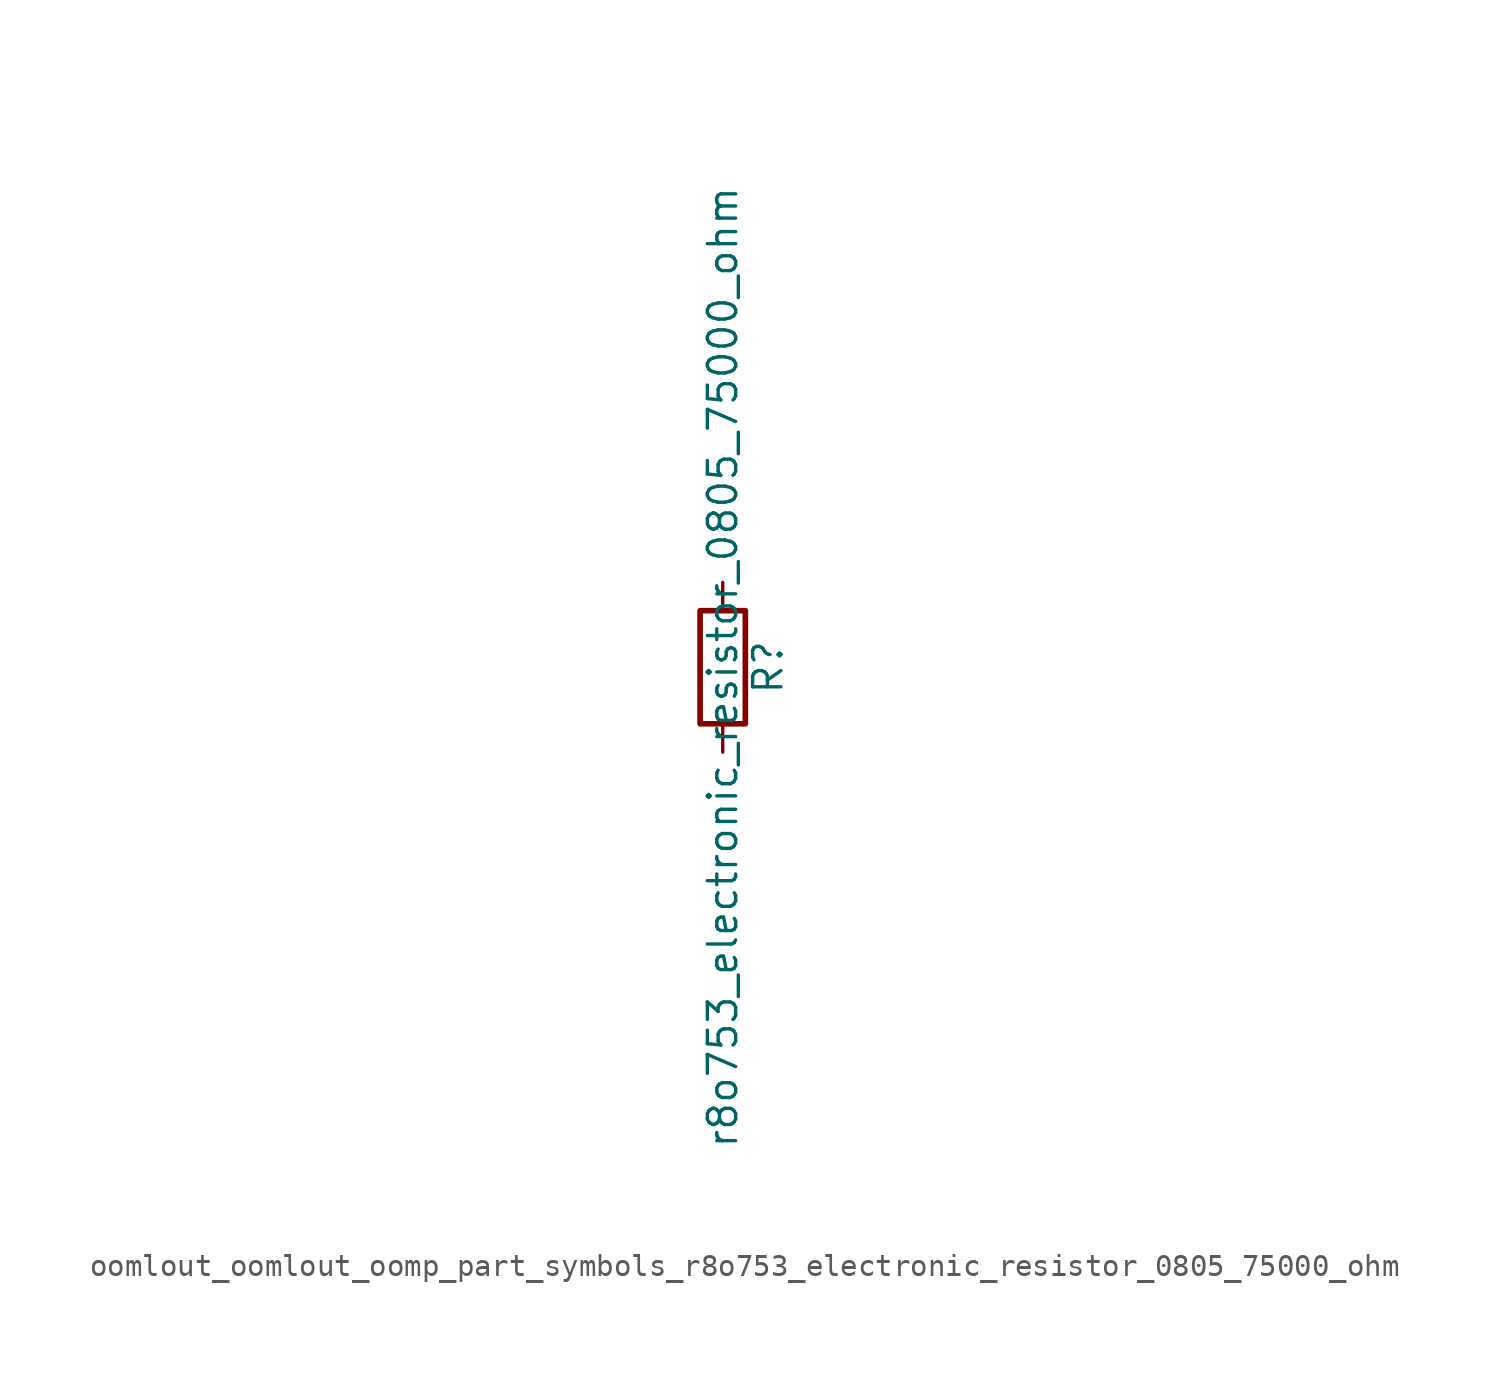
<source format=kicad_sym>
(kicad_symbol_lib
  (version 20220914)
  (generator kicad_symbol_editor)
  (symbol "oomlout_oomlout_oomp_part_symbols_r8o753_electronic_resistor_0805_75000_ohm"
    (pin_numbers hide)
    (pin_names
      (offset 0))
    (property "Reference" "R"
      (at 2.032 0 90)
      (effects (font (size 1.27 1.27))))
    (property "Value" "r8o753_electronic_resistor_0805_75000_ohm"
      (at 0 0 90)
      (effects (font (size 1.27 1.27))))
    (symbol "oomlout_oomlout_oomp_part_symbols_r8o753_electronic_resistor_0805_75000_ohm_0_1"
      (rectangle (start -1.016 -2.54) (end 1.016 2.54) (stroke (width 0.254) (type default)) (fill (type none))))
    (symbol "oomlout_oomlout_oomp_part_symbols_r8o753_electronic_resistor_0805_75000_ohm_1_1"
      (pin passive line (at 0 3.81 270) (length 1.27) (name "~" (effects (font (size 1.27 1.27)))) (number "1" (effects (font (size 1.27 1.27)))))
      (pin passive line (at 0 -3.81 90) (length 1.27) (name "~" (effects (font (size 1.27 1.27)))) (number "2" (effects (font (size 1.27 1.27))))))))
</source>
